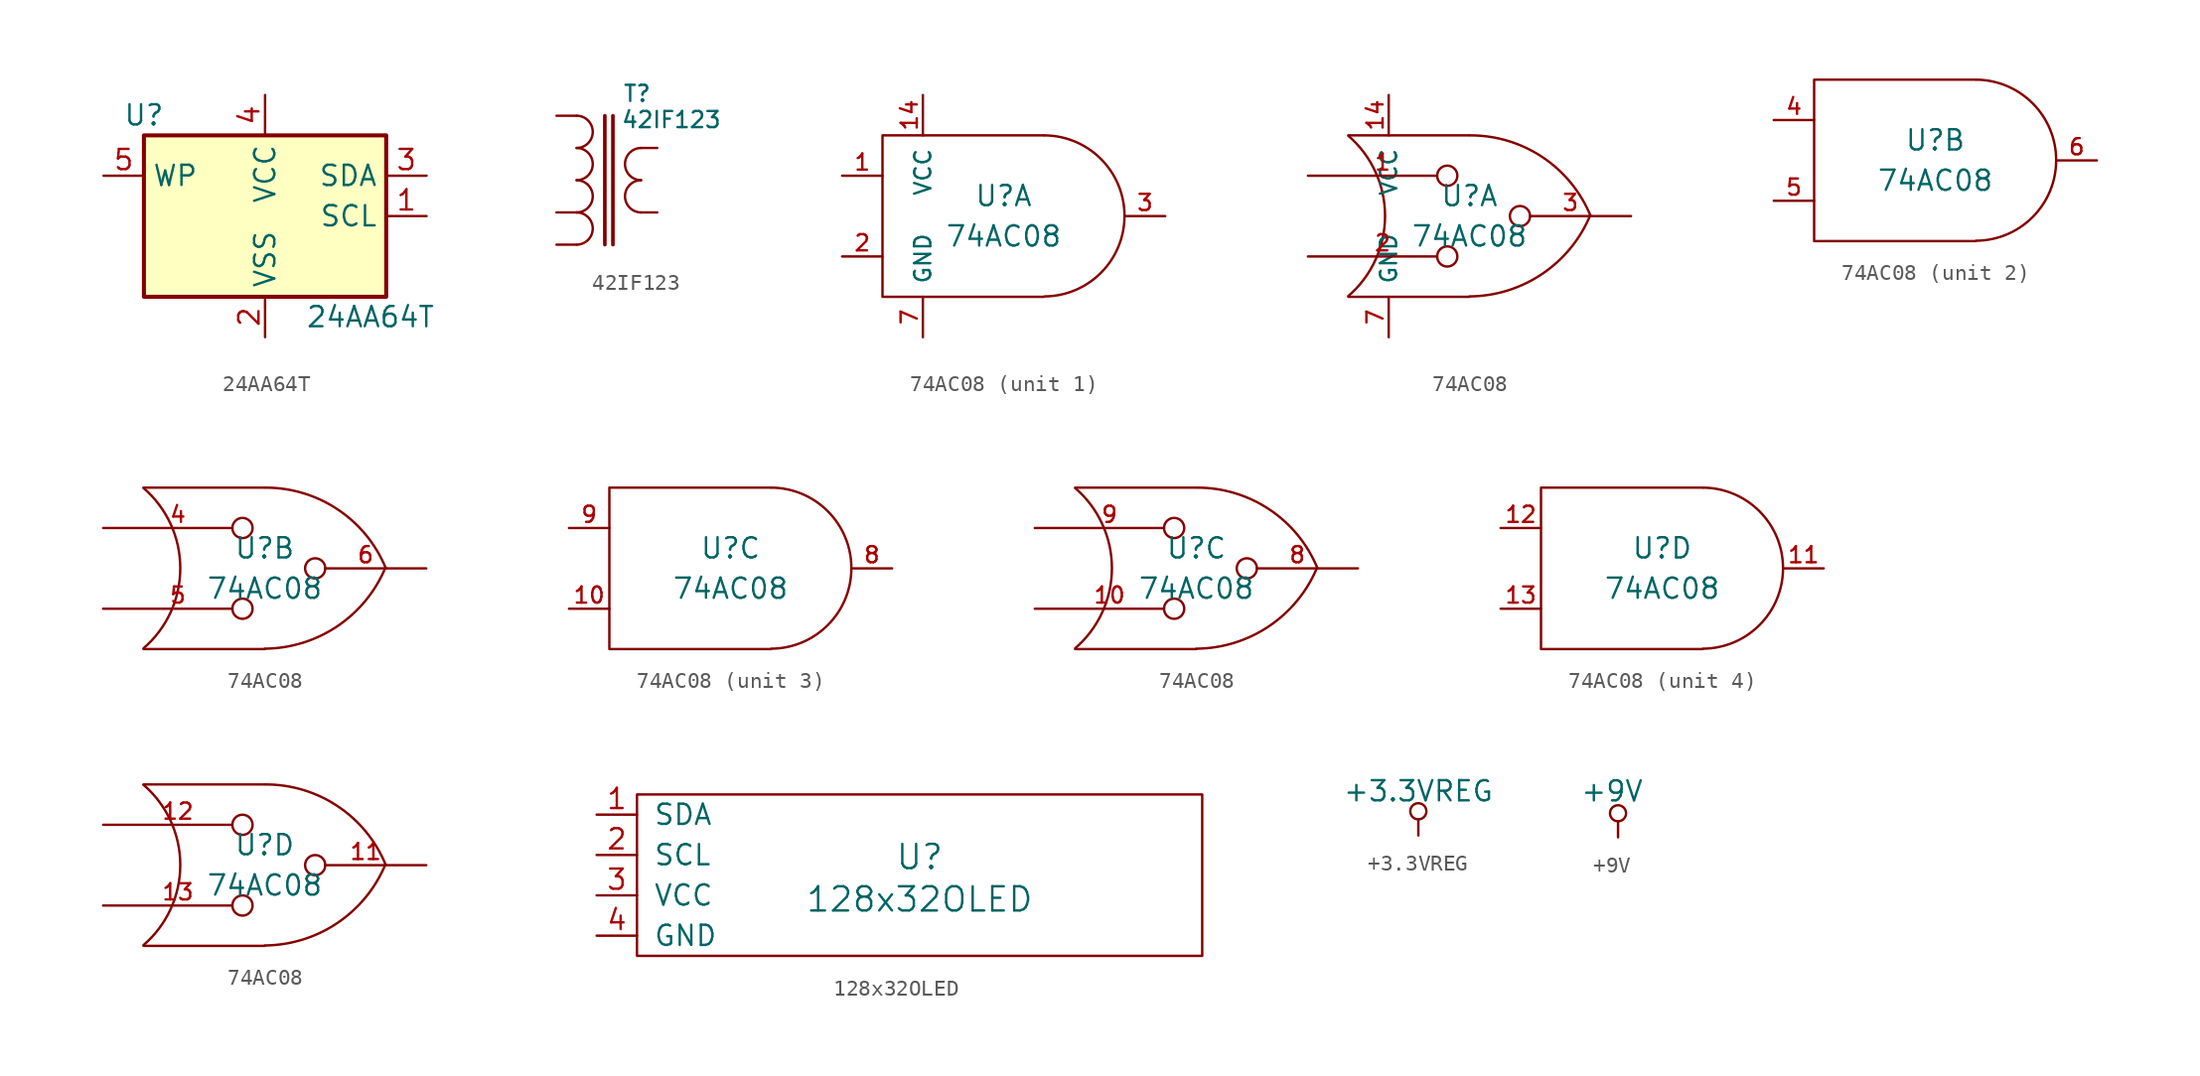
<source format=kicad_sym>
(kicad_symbol_lib
  (version 20220914)
  (generator kicad_symbol_editor)
  (symbol "24AA64T"
    (property "Reference" "U"
      (at -7.62 6.35 0)
      (effects (font (size 1.27 1.27))))
    (property "Value" "24AA64T"
      (at 2.54 -6.35 0)
      (effects (font (size 1.27 1.27)) (justify left)))
    (symbol "24AA64T_1_1"
      (rectangle (start -7.62 5.08) (end 7.62 -5.08) (stroke (width 0.254) (type solid)) (fill (type background)))
      (pin input line (at 10.16 0 180) (length 2.54) (name "SCL" (effects (font (size 1.27 1.27)))) (number "1" (effects (font (size 1.27 1.27)))))
      (pin power_in line (at 0 -7.62 90) (length 2.54) (name "VSS" (effects (font (size 1.27 1.27)))) (number "2" (effects (font (size 1.27 1.27)))))
      (pin bidirectional line (at 10.16 2.54 180) (length 2.54) (name "SDA" (effects (font (size 1.27 1.27)))) (number "3" (effects (font (size 1.27 1.27)))))
      (pin power_in line (at 0 7.62 270) (length 2.54) (name "VCC" (effects (font (size 1.27 1.27)))) (number "4" (effects (font (size 1.27 1.27)))))
      (pin passive line (at -10.16 2.54 0) (length 2.54) (name "WP" (effects (font (size 1.27 1.27)))) (number "5" (effects (font (size 1.27 1.27)))))))
  (symbol "42IF123"
    (pin_numbers hide)
    (pin_names
      (offset 1.016) hide)
    (property "Reference" "T"
      (at 3.81 5.461 0)
      (effects (font (size 1.016 1.016))))
    (property "Value" "42IF123"
      (at 5.969 3.81 0)
      (effects (font (size 1.016 1.016))))
    (property "Footprint" ""
      (at 0 0 0)
      (effects (font (size 1.524 1.524))))
    (property "Datasheet" ""
      (at 0 0 0)
      (effects (font (size 1.524 1.524))))
    (symbol "42IF123_0_1"
      (arc (start 0 -4.064) (mid 1.0116 -3.048) (end 0 -2.032) (stroke (width 0.1524) (type solid)) (fill (type none)))
      (arc (start 0 -2.032) (mid 1.0116 -1.016) (end 0 0) (stroke (width 0.1524) (type solid)) (fill (type none)))
      (polyline (pts (xy 1.778 4.064) (xy 1.778 -4.064)) (stroke (width 0.229) (type solid)) (fill (type none)))
      (polyline (pts (xy 2.286 4.064) (xy 2.286 -4.064)) (stroke (width 0.229) (type solid)) (fill (type none)))
      (arc (start 0 0) (mid 1.0116 1.016) (end 0 2.032) (stroke (width 0.1524) (type solid)) (fill (type none)))
      (arc (start 0 2.032) (mid 1.0116 3.048) (end 0 4.064) (stroke (width 0.1524) (type solid)) (fill (type none)))
      (arc (start 4.064 0) (mid 3.0524 -1.016) (end 4.064 -2.032) (stroke (width 0.1524) (type solid)) (fill (type none)))
      (arc (start 4.064 2.032) (mid 3.0524 1.016) (end 4.064 0) (stroke (width 0.1524) (type solid)) (fill (type none))))
    (symbol "42IF123_1_1"
      (pin passive line (at -1.27 4.064 0) (length 1.27) (name "1" (effects (font (size 1.778 1.778)))) (number "1" (effects (font (size 1.778 1.778)))))
      (pin passive line (at -1.27 -4.064 0) (length 1.27) (name "2" (effects (font (size 1.778 1.778)))) (number "2" (effects (font (size 1.778 1.778)))))
      (pin passive line (at 5.08 2.032 180) (length 1.016) (name "3" (effects (font (size 1.778 1.778)))) (number "3" (effects (font (size 1.778 1.778)))))
      (pin passive line (at 5.08 -2.032 180) (length 1.016) (name "4" (effects (font (size 1.778 1.778)))) (number "4" (effects (font (size 1.778 1.778)))))
      (pin passive line (at -1.27 -2.032 0) (length 1.27) (name "~" (effects (font (size 1.778 1.778)))) (number "5" (effects (font (size 1.778 1.778)))))))
  (symbol "74AC08"
    (pin_names
      (offset 0.762))
    (property "Reference" "U"
      (at 0 1.27 0)
      (effects (font (size 1.27 1.27))))
    (property "Value" "74AC08"
      (at 0 -1.27 0)
      (effects (font (size 1.27 1.27))))
    (property "Footprint" ""
      (at 0 0 0)
      (effects (font (size 1.524 1.524))))
    (property "Datasheet" ""
      (at 0 0 0)
      (effects (font (size 1.524 1.524))))
    (symbol "74AC08_0_1"
      (polyline (pts (xy 2.54 5.08) (xy -7.62 5.08) (xy -7.62 -5.08) (xy 2.54 -5.08)) (stroke (width 0) (type solid)) (fill (type none)))
      (arc (start 2.5654 -5.0546) (mid 7.5947 0.0001) (end 2.5654 5.08) (stroke (width 0) (type solid)) (fill (type none))))
    (symbol "74AC08_0_2"
      (arc (start -7.62 -5.0292) (mid -5.3094 0.0082) (end -7.62 5.0546) (stroke (width 0) (type solid)) (fill (type none)))
      (arc (start 0 -5.0546) (mid 4.5632 -3.6449) (end 7.5946 0.0508) (stroke (width 0) (type solid)) (fill (type none)))
      (polyline (pts (xy -7.62 -5.08) (xy 0 -5.08)) (stroke (width 0) (type solid)) (fill (type none)))
      (polyline (pts (xy -7.62 5.08) (xy 0 5.08)) (stroke (width 0) (type solid)) (fill (type none)))
      (arc (start 7.62 0) (mid 4.6132 3.6946) (end 0.0508 5.08) (stroke (width 0) (type solid)) (fill (type none))))
    (symbol "74AC08_1_0"
      (pin power_in line (at -5.08 7.62 270) (length 2.54) (name "VCC" (effects (font (size 1.016 1.016)))) (number "14" (effects (font (size 1.016 1.016)))))
      (pin power_in line (at -5.08 -7.62 90) (length 2.54) (name "GND" (effects (font (size 1.016 1.016)))) (number "7" (effects (font (size 1.016 1.016))))))
    (symbol "74AC08_1_1"
      (pin input line (at -10.16 2.54 0) (length 2.54) (name "~" (effects (font (size 1.016 1.016)))) (number "1" (effects (font (size 1.016 1.016)))))
      (pin input line (at -10.16 -2.54 0) (length 2.54) (name "~" (effects (font (size 1.016 1.016)))) (number "2" (effects (font (size 1.016 1.016)))))
      (pin output line (at 10.16 0 180) (length 2.54) (name "~" (effects (font (size 1.016 1.016)))) (number "3" (effects (font (size 1.016 1.016))))))
    (symbol "74AC08_1_2"
      (pin input inverted (at -10.16 2.54 0) (length 9.398) (name "~" (effects (font (size 1.016 1.016)))) (number "1" (effects (font (size 1.016 1.016)))))
      (pin input inverted (at -10.16 -2.54 0) (length 9.398) (name "~" (effects (font (size 1.016 1.016)))) (number "2" (effects (font (size 1.016 1.016)))))
      (pin output inverted (at 10.16 0 180) (length 7.62) (name "~" (effects (font (size 1.016 1.016)))) (number "3" (effects (font (size 1.016 1.016))))))
    (symbol "74AC08_2_1"
      (pin input line (at -10.16 2.54 0) (length 2.54) (name "~" (effects (font (size 1.016 1.016)))) (number "4" (effects (font (size 1.016 1.016)))))
      (pin input line (at -10.16 -2.54 0) (length 2.54) (name "~" (effects (font (size 1.016 1.016)))) (number "5" (effects (font (size 1.016 1.016)))))
      (pin output line (at 10.16 0 180) (length 2.54) (name "~" (effects (font (size 1.016 1.016)))) (number "6" (effects (font (size 1.016 1.016))))))
    (symbol "74AC08_2_2"
      (pin input inverted (at -10.16 2.54 0) (length 9.398) (name "~" (effects (font (size 1.016 1.016)))) (number "4" (effects (font (size 1.016 1.016)))))
      (pin input inverted (at -10.16 -2.54 0) (length 9.398) (name "~" (effects (font (size 1.016 1.016)))) (number "5" (effects (font (size 1.016 1.016)))))
      (pin output inverted (at 10.16 0 180) (length 7.62) (name "~" (effects (font (size 1.016 1.016)))) (number "6" (effects (font (size 1.016 1.016))))))
    (symbol "74AC08_3_1"
      (pin input line (at -10.16 -2.54 0) (length 2.54) (name "~" (effects (font (size 1.016 1.016)))) (number "10" (effects (font (size 1.016 1.016)))))
      (pin output line (at 10.16 0 180) (length 2.54) (name "~" (effects (font (size 1.016 1.016)))) (number "8" (effects (font (size 1.016 1.016)))))
      (pin input line (at -10.16 2.54 0) (length 2.54) (name "~" (effects (font (size 1.016 1.016)))) (number "9" (effects (font (size 1.016 1.016))))))
    (symbol "74AC08_3_2"
      (pin input inverted (at -10.16 -2.54 0) (length 9.398) (name "~" (effects (font (size 1.016 1.016)))) (number "10" (effects (font (size 1.016 1.016)))))
      (pin output inverted (at 10.16 0 180) (length 7.62) (name "~" (effects (font (size 1.016 1.016)))) (number "8" (effects (font (size 1.016 1.016)))))
      (pin input inverted (at -10.16 2.54 0) (length 9.398) (name "~" (effects (font (size 1.016 1.016)))) (number "9" (effects (font (size 1.016 1.016))))))
    (symbol "74AC08_4_1"
      (pin output line (at 10.16 0 180) (length 2.54) (name "~" (effects (font (size 1.016 1.016)))) (number "11" (effects (font (size 1.016 1.016)))))
      (pin input line (at -10.16 2.54 0) (length 2.54) (name "~" (effects (font (size 1.016 1.016)))) (number "12" (effects (font (size 1.016 1.016)))))
      (pin input line (at -10.16 -2.54 0) (length 2.54) (name "~" (effects (font (size 1.016 1.016)))) (number "13" (effects (font (size 1.016 1.016))))))
    (symbol "74AC08_4_2"
      (pin output inverted (at 10.16 0 180) (length 7.62) (name "~" (effects (font (size 1.016 1.016)))) (number "11" (effects (font (size 1.016 1.016)))))
      (pin input inverted (at -10.16 2.54 0) (length 9.398) (name "~" (effects (font (size 1.016 1.016)))) (number "12" (effects (font (size 1.016 1.016)))))
      (pin input inverted (at -10.16 -2.54 0) (length 9.398) (name "~" (effects (font (size 1.016 1.016)))) (number "13" (effects (font (size 1.016 1.016)))))))
  (symbol "128x32OLED"
    (pin_names
      (offset 1.016))
    (property "Reference" "U"
      (at 0 1.143 0)
      (effects (font (size 1.524 1.524))))
    (property "Value" "128x32OLED"
      (at 0 -1.524 0)
      (effects (font (size 1.524 1.524))))
    (symbol "128x32OLED_0_1"
      (rectangle (start -17.78 5.08) (end 17.78 -5.08) (stroke (width 0) (type solid)) (fill (type none))))
    (symbol "128x32OLED_1_1"
      (pin passive line (at -20.32 3.81 0) (length 2.54) (name "SDA" (effects (font (size 1.27 1.27)))) (number "1" (effects (font (size 1.27 1.27)))))
      (pin passive line (at -20.32 1.27 0) (length 2.54) (name "SCL" (effects (font (size 1.27 1.27)))) (number "2" (effects (font (size 1.27 1.27)))))
      (pin passive line (at -20.32 -1.27 0) (length 2.54) (name "VCC" (effects (font (size 1.27 1.27)))) (number "3" (effects (font (size 1.27 1.27)))))
      (pin passive line (at -20.32 -3.81 0) (length 2.54) (name "GND" (effects (font (size 1.27 1.27)))) (number "4" (effects (font (size 1.27 1.27)))))))
  (symbol "+3.3VREG"
    (power)
    (pin_names
      (offset 0))
    (property "Reference" "#PWR"
      (at 0 -1.016 0)
      (effects (font (size 0.762 0.762)) hide))
    (property "Value" "+3.3VREG"
      (at 0 2.794 0)
      (effects (font (size 1.27 1.27))))
    (property "Footprint" ""
      (at 0 0 0)
      (effects (font (size 1.524 1.524))))
    (property "Datasheet" ""
      (at 0 0 0)
      (effects (font (size 1.524 1.524))))
    (symbol "+3.3VREG_0_0"
      (pin power_in line (at 0 0 90) (length 0) hide (name "+3.3VREG" (effects (font (size 0.762 0.762)))) (number "1" (effects (font (size 0.762 0.762))))))
    (symbol "+3.3VREG_0_1"
      (polyline (pts (xy 0 0) (xy 0 1.016) (xy 0 1.016)) (stroke (width 0) (type solid)) (fill (type none)))
      (circle (center 0 1.524) (radius 0.508) (stroke (width 0) (type solid)) (fill (type none)))))
  (symbol "+9V"
    (power)
    (pin_numbers hide)
    (pin_names
      (offset 0))
    (property "Reference" "#PWR"
      (at 0 -1.27 0)
      (effects (font (size 0.508 0.508)) hide))
    (property "Value" "+9V"
      (at -0.381 2.921 0)
      (effects (font (size 1.27 1.27))))
    (property "Footprint" ""
      (at 0 0 0)
      (effects (font (size 1.524 1.524))))
    (property "Datasheet" ""
      (at 0 0 0)
      (effects (font (size 1.524 1.524))))
    (symbol "+9V_0_0"
      (pin power_in line (at 0 0 90) (length 0) hide (name "+9V" (effects (font (size 0.762 0.762)))) (number "1" (effects (font (size 0.508 0.508))))))
    (symbol "+9V_0_1"
      (polyline (pts (xy 0 0) (xy 0 1.016) (xy 0 1.016)) (stroke (width 0) (type solid)) (fill (type none)))
      (circle (center 0 1.524) (radius 0.508) (stroke (width 0) (type solid)) (fill (type none))))))
</source>
